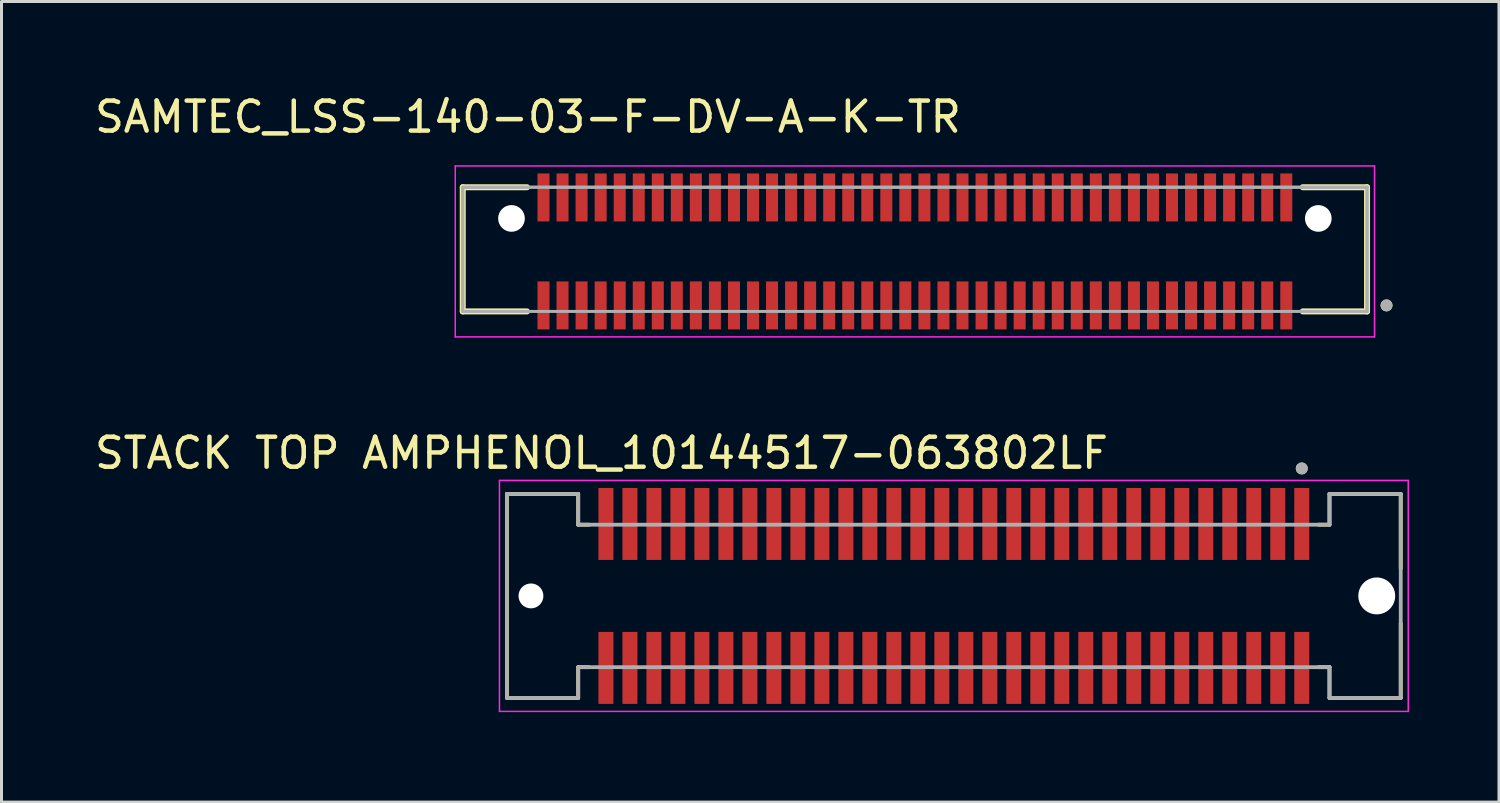
<source format=kicad_pcb>
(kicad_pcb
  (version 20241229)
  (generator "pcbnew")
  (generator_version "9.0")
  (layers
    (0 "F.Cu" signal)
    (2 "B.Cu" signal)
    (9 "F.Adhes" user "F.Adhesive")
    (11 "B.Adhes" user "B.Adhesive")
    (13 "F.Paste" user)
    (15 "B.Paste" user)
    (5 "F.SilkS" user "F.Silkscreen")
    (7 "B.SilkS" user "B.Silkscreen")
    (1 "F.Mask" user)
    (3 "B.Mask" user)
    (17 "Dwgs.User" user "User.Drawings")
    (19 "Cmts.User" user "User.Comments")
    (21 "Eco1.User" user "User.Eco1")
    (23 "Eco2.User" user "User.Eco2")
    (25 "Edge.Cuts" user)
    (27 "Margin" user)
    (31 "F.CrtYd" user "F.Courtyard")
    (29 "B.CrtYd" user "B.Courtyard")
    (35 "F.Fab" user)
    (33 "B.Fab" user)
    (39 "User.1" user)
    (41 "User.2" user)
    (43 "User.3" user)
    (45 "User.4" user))
  (footprint "SAMTEC_LSS-140-03-F-DV-A-K-TR"
    (layer "F.Cu")
    (at 27.454 5.333)
    (property "Reference" "SAMTEC_LSS-140-03-F-DV-A-K-TR" (at -12.9 -4.485 0) (layer "F.SilkS") (effects (font (size 1 1) (thickness 0.15))))
    (attr smd)
    (fp_line (start -15.075 -2.14) (end -12.932 -2.14) (stroke (width 0.2) (type solid)) (layer "F.SilkS"))
    (fp_line (start -15.075 2) (end -15.075 -2.14) (stroke (width 0.2) (type solid)) (layer "F.SilkS"))
    (fp_line (start -12.932 2) (end -15.075 2) (stroke (width 0.2) (type solid)) (layer "F.SilkS"))
    (fp_line (start 12.932 -2.14) (end 15.075 -2.14) (stroke (width 0.2) (type solid)) (layer "F.SilkS"))
    (fp_line (start 12.932 2) (end 15.075 2) (stroke (width 0.2) (type solid)) (layer "F.SilkS"))
    (fp_line (start 15.075 -2.14) (end 15.075 2) (stroke (width 0.2) (type solid)) (layer "F.SilkS"))
    (fp_circle (center 15.725 1.8) (end 15.825 1.8) (stroke (width 0.2) (type solid)) (fill no) (layer "F.SilkS"))
    (fp_line (start -15.325 -2.85) (end 15.325 -2.85) (stroke (width 0.05) (type solid)) (layer "F.CrtYd"))
    (fp_line (start -15.325 2.85) (end -15.325 -2.85) (stroke (width 0.05) (type solid)) (layer "F.CrtYd"))
    (fp_line (start 15.325 -2.85) (end 15.325 2.85) (stroke (width 0.05) (type solid)) (layer "F.CrtYd"))
    (fp_line (start 15.325 2.85) (end -15.325 2.85) (stroke (width 0.05) (type solid)) (layer "F.CrtYd"))
    (fp_line (start -15.075 -2.14) (end 15.075 -2.14) (stroke (width 0.1) (type solid)) (layer "F.Fab"))
    (fp_line (start -15.075 -2.14) (end 15.075 -2.14) (stroke (width 0.1) (type solid)) (layer "F.Fab"))
    (fp_line (start -15.075 2) (end -15.075 -2.14) (stroke (width 0.1) (type solid)) (layer "F.Fab"))
    (fp_line (start -15.075 2) (end -15.075 -2.14) (stroke (width 0.1) (type solid)) (layer "F.Fab"))
    (fp_line (start 15.075 -2.14) (end 15.075 2) (stroke (width 0.1) (type solid)) (layer "F.Fab"))
    (fp_line (start 15.075 -2.14) (end 15.075 2) (stroke (width 0.1) (type solid)) (layer "F.Fab"))
    (fp_line (start 15.075 2) (end -15.075 2) (stroke (width 0.1) (type solid)) (layer "F.Fab"))
    (fp_circle (center 15.725 1.8) (end 15.825 1.8) (stroke (width 0.2) (type solid)) (fill no) (layer "F.Fab"))
    (pad "" np_thru_hole circle (at -13.45 -1.1) (size 0.89 0.89) (drill 0.89) (layers "*.Cu" "*.Mask"))
    (pad "" np_thru_hole circle (at 13.45 -1.1) (size 0.89 0.89) (drill 0.89) (layers "*.Cu" "*.Mask"))
    (pad "01" smd rect (at 12.383 1.8) (size 0.4 1.6) (layers "F.Cu" "F.Mask" "F.Paste"))
    (pad "02" smd rect (at 12.383 -1.8) (size 0.4 1.6) (layers "F.Cu" "F.Mask" "F.Paste"))
    (pad "03" smd rect (at 11.748 1.8) (size 0.4 1.6) (layers "F.Cu" "F.Mask" "F.Paste"))
    (pad "04" smd rect (at 11.748 -1.8) (size 0.4 1.6) (layers "F.Cu" "F.Mask" "F.Paste"))
    (pad "05" smd rect (at 11.113 1.8) (size 0.4 1.6) (layers "F.Cu" "F.Mask" "F.Paste"))
    (pad "06" smd rect (at 11.113 -1.8) (size 0.4 1.6) (layers "F.Cu" "F.Mask" "F.Paste"))
    (pad "07" smd rect (at 10.477 1.8) (size 0.4 1.6) (layers "F.Cu" "F.Mask" "F.Paste"))
    (pad "08" smd rect (at 10.477 -1.8) (size 0.4 1.6) (layers "F.Cu" "F.Mask" "F.Paste"))
    (pad "09" smd rect (at 9.842 1.8) (size 0.4 1.6) (layers "F.Cu" "F.Mask" "F.Paste"))
    (pad "10" smd rect (at 9.842 -1.8) (size 0.4 1.6) (layers "F.Cu" "F.Mask" "F.Paste"))
    (pad "11" smd rect (at 9.207 1.8) (size 0.4 1.6) (layers "F.Cu" "F.Mask" "F.Paste"))
    (pad "12" smd rect (at 9.207 -1.8) (size 0.4 1.6) (layers "F.Cu" "F.Mask" "F.Paste"))
    (pad "13" smd rect (at 8.572 1.8) (size 0.4 1.6) (layers "F.Cu" "F.Mask" "F.Paste"))
    (pad "14" smd rect (at 8.572 -1.8) (size 0.4 1.6) (layers "F.Cu" "F.Mask" "F.Paste"))
    (pad "15" smd rect (at 7.938 1.8) (size 0.4 1.6) (layers "F.Cu" "F.Mask" "F.Paste"))
    (pad "16" smd rect (at 7.938 -1.8) (size 0.4 1.6) (layers "F.Cu" "F.Mask" "F.Paste"))
    (pad "17" smd rect (at 7.303 1.8) (size 0.4 1.6) (layers "F.Cu" "F.Mask" "F.Paste"))
    (pad "18" smd rect (at 7.303 -1.8) (size 0.4 1.6) (layers "F.Cu" "F.Mask" "F.Paste"))
    (pad "19" smd rect (at 6.668 1.8) (size 0.4 1.6) (layers "F.Cu" "F.Mask" "F.Paste"))
    (pad "20" smd rect (at 6.668 -1.8) (size 0.4 1.6) (layers "F.Cu" "F.Mask" "F.Paste"))
    (pad "21" smd rect (at 6.032 1.8) (size 0.4 1.6) (layers "F.Cu" "F.Mask" "F.Paste"))
    (pad "22" smd rect (at 6.032 -1.8) (size 0.4 1.6) (layers "F.Cu" "F.Mask" "F.Paste"))
    (pad "23" smd rect (at 5.397 1.8) (size 0.4 1.6) (layers "F.Cu" "F.Mask" "F.Paste"))
    (pad "24" smd rect (at 5.397 -1.8) (size 0.4 1.6) (layers "F.Cu" "F.Mask" "F.Paste"))
    (pad "25" smd rect (at 4.763 1.8) (size 0.4 1.6) (layers "F.Cu" "F.Mask" "F.Paste"))
    (pad "26" smd rect (at 4.763 -1.8) (size 0.4 1.6) (layers "F.Cu" "F.Mask" "F.Paste"))
    (pad "27" smd rect (at 4.128 1.8) (size 0.4 1.6) (layers "F.Cu" "F.Mask" "F.Paste"))
    (pad "28" smd rect (at 4.128 -1.8) (size 0.4 1.6) (layers "F.Cu" "F.Mask" "F.Paste"))
    (pad "29" smd rect (at 3.493 1.8) (size 0.4 1.6) (layers "F.Cu" "F.Mask" "F.Paste"))
    (pad "30" smd rect (at 3.493 -1.8) (size 0.4 1.6) (layers "F.Cu" "F.Mask" "F.Paste"))
    (pad "31" smd rect (at 2.857 1.8) (size 0.4 1.6) (layers "F.Cu" "F.Mask" "F.Paste"))
    (pad "32" smd rect (at 2.857 -1.8) (size 0.4 1.6) (layers "F.Cu" "F.Mask" "F.Paste"))
    (pad "33" smd rect (at 2.223 1.8) (size 0.4 1.6) (layers "F.Cu" "F.Mask" "F.Paste"))
    (pad "34" smd rect (at 2.223 -1.8) (size 0.4 1.6) (layers "F.Cu" "F.Mask" "F.Paste"))
    (pad "35" smd rect (at 1.587 1.8) (size 0.4 1.6) (layers "F.Cu" "F.Mask" "F.Paste"))
    (pad "36" smd rect (at 1.587 -1.8) (size 0.4 1.6) (layers "F.Cu" "F.Mask" "F.Paste"))
    (pad "37" smd rect (at 0.953 1.8) (size 0.4 1.6) (layers "F.Cu" "F.Mask" "F.Paste"))
    (pad "38" smd rect (at 0.953 -1.8) (size 0.4 1.6) (layers "F.Cu" "F.Mask" "F.Paste"))
    (pad "39" smd rect (at 0.318 1.8) (size 0.4 1.6) (layers "F.Cu" "F.Mask" "F.Paste"))
    (pad "40" smd rect (at 0.318 -1.8) (size 0.4 1.6) (layers "F.Cu" "F.Mask" "F.Paste"))
    (pad "41" smd rect (at -0.318 1.8) (size 0.4 1.6) (layers "F.Cu" "F.Mask" "F.Paste"))
    (pad "42" smd rect (at -0.318 -1.8) (size 0.4 1.6) (layers "F.Cu" "F.Mask" "F.Paste"))
    (pad "43" smd rect (at -0.953 1.8) (size 0.4 1.6) (layers "F.Cu" "F.Mask" "F.Paste"))
    (pad "44" smd rect (at -0.953 -1.8) (size 0.4 1.6) (layers "F.Cu" "F.Mask" "F.Paste"))
    (pad "45" smd rect (at -1.587 1.8) (size 0.4 1.6) (layers "F.Cu" "F.Mask" "F.Paste"))
    (pad "46" smd rect (at -1.587 -1.8) (size 0.4 1.6) (layers "F.Cu" "F.Mask" "F.Paste"))
    (pad "47" smd rect (at -2.223 1.8) (size 0.4 1.6) (layers "F.Cu" "F.Mask" "F.Paste"))
    (pad "48" smd rect (at -2.223 -1.8) (size 0.4 1.6) (layers "F.Cu" "F.Mask" "F.Paste"))
    (pad "49" smd rect (at -2.857 1.8) (size 0.4 1.6) (layers "F.Cu" "F.Mask" "F.Paste"))
    (pad "50" smd rect (at -2.857 -1.8) (size 0.4 1.6) (layers "F.Cu" "F.Mask" "F.Paste"))
    (pad "51" smd rect (at -3.493 1.8) (size 0.4 1.6) (layers "F.Cu" "F.Mask" "F.Paste"))
    (pad "52" smd rect (at -3.493 -1.8) (size 0.4 1.6) (layers "F.Cu" "F.Mask" "F.Paste"))
    (pad "53" smd rect (at -4.128 1.8) (size 0.4 1.6) (layers "F.Cu" "F.Mask" "F.Paste"))
    (pad "54" smd rect (at -4.128 -1.8) (size 0.4 1.6) (layers "F.Cu" "F.Mask" "F.Paste"))
    (pad "55" smd rect (at -4.763 1.8) (size 0.4 1.6) (layers "F.Cu" "F.Mask" "F.Paste"))
    (pad "56" smd rect (at -4.763 -1.8) (size 0.4 1.6) (layers "F.Cu" "F.Mask" "F.Paste"))
    (pad "57" smd rect (at -5.397 1.8) (size 0.4 1.6) (layers "F.Cu" "F.Mask" "F.Paste"))
    (pad "58" smd rect (at -5.397 -1.8) (size 0.4 1.6) (layers "F.Cu" "F.Mask" "F.Paste"))
    (pad "59" smd rect (at -6.032 1.8) (size 0.4 1.6) (layers "F.Cu" "F.Mask" "F.Paste"))
    (pad "60" smd rect (at -6.032 -1.8) (size 0.4 1.6) (layers "F.Cu" "F.Mask" "F.Paste"))
    (pad "61" smd rect (at -6.668 1.8) (size 0.4 1.6) (layers "F.Cu" "F.Mask" "F.Paste"))
    (pad "62" smd rect (at -6.668 -1.8) (size 0.4 1.6) (layers "F.Cu" "F.Mask" "F.Paste"))
    (pad "63" smd rect (at -7.303 1.8) (size 0.4 1.6) (layers "F.Cu" "F.Mask" "F.Paste"))
    (pad "64" smd rect (at -7.303 -1.8) (size 0.4 1.6) (layers "F.Cu" "F.Mask" "F.Paste"))
    (pad "65" smd rect (at -7.938 1.8) (size 0.4 1.6) (layers "F.Cu" "F.Mask" "F.Paste"))
    (pad "66" smd rect (at -7.938 -1.8) (size 0.4 1.6) (layers "F.Cu" "F.Mask" "F.Paste"))
    (pad "67" smd rect (at -8.572 1.8) (size 0.4 1.6) (layers "F.Cu" "F.Mask" "F.Paste"))
    (pad "68" smd rect (at -8.572 -1.8) (size 0.4 1.6) (layers "F.Cu" "F.Mask" "F.Paste"))
    (pad "69" smd rect (at -9.207 1.8) (size 0.4 1.6) (layers "F.Cu" "F.Mask" "F.Paste"))
    (pad "70" smd rect (at -9.207 -1.8) (size 0.4 1.6) (layers "F.Cu" "F.Mask" "F.Paste"))
    (pad "71" smd rect (at -9.842 1.8) (size 0.4 1.6) (layers "F.Cu" "F.Mask" "F.Paste"))
    (pad "72" smd rect (at -9.842 -1.8) (size 0.4 1.6) (layers "F.Cu" "F.Mask" "F.Paste"))
    (pad "73" smd rect (at -10.477 1.8) (size 0.4 1.6) (layers "F.Cu" "F.Mask" "F.Paste"))
    (pad "74" smd rect (at -10.477 -1.8) (size 0.4 1.6) (layers "F.Cu" "F.Mask" "F.Paste"))
    (pad "75" smd rect (at -11.113 1.8) (size 0.4 1.6) (layers "F.Cu" "F.Mask" "F.Paste"))
    (pad "76" smd rect (at -11.113 -1.8) (size 0.4 1.6) (layers "F.Cu" "F.Mask" "F.Paste"))
    (pad "77" smd rect (at -11.748 1.8) (size 0.4 1.6) (layers "F.Cu" "F.Mask" "F.Paste"))
    (pad "78" smd rect (at -11.748 -1.8) (size 0.4 1.6) (layers "F.Cu" "F.Mask" "F.Paste"))
    (pad "79" smd rect (at -12.383 1.8) (size 0.4 1.6) (layers "F.Cu" "F.Mask" "F.Paste"))
    (pad "80" smd rect (at -12.383 -1.8) (size 0.4 1.6) (layers "F.Cu" "F.Mask" "F.Paste")))
  (footprint "STACK TOP AMPHENOL_10144517-063802LF"
    (layer "F.Cu")
    (at 28.753 16.819)
    (property "Reference" "STACK TOP AMPHENOL_10144517-063802LF" (at -11.748 -4.763 0) (layer "F.SilkS") (effects (font (size 1 1) (thickness 0.15))))
    (attr smd)
    (fp_line (start -14.9 -3.4) (end -12.525 -3.4) (stroke (width 0.127) (type solid)) (layer "F.SilkS"))
    (fp_line (start -14.9 3.4) (end -14.9 -3.4) (stroke (width 0.127) (type solid)) (layer "F.SilkS"))
    (fp_line (start -12.525 -3.4) (end -12.525 -2.375) (stroke (width 0.127) (type solid)) (layer "F.SilkS"))
    (fp_line (start -12.525 -2.375) (end -12.165 -2.375) (stroke (width 0.127) (type solid)) (layer "F.SilkS"))
    (fp_line (start -12.525 2.375) (end -12.165 2.375) (stroke (width 0.127) (type solid)) (layer "F.SilkS"))
    (fp_line (start -12.525 3.4) (end -14.9 3.4) (stroke (width 0.127) (type solid)) (layer "F.SilkS"))
    (fp_line (start -12.525 3.4) (end -12.525 2.375) (stroke (width 0.127) (type solid)) (layer "F.SilkS"))
    (fp_line (start 12.165 -2.375) (end 12.525 -2.375) (stroke (width 0.127) (type solid)) (layer "F.SilkS"))
    (fp_line (start 12.165 2.375) (end 12.525 2.375) (stroke (width 0.127) (type solid)) (layer "F.SilkS"))
    (fp_line (start 12.525 -3.4) (end 14.9 -3.4) (stroke (width 0.127) (type solid)) (layer "F.SilkS"))
    (fp_line (start 12.525 -2.375) (end 12.525 -3.4) (stroke (width 0.127) (type solid)) (layer "F.SilkS"))
    (fp_line (start 12.525 2.375) (end 12.525 3.4) (stroke (width 0.127) (type solid)) (layer "F.SilkS"))
    (fp_line (start 14.9 -3.4) (end 14.9 -0.92) (stroke (width 0.127) (type solid)) (layer "F.SilkS"))
    (fp_line (start 14.9 3.4) (end 12.525 3.4) (stroke (width 0.127) (type solid)) (layer "F.SilkS"))
    (fp_line (start 14.9 3.4) (end 14.9 0.92) (stroke (width 0.127) (type solid)) (layer "F.SilkS"))
    (fp_circle (center 11.6 -4.25) (end 11.7 -4.25) (stroke (width 0.2) (type solid)) (fill no) (layer "F.SilkS"))
    (fp_line (start -15.15 -3.85) (end -15.15 3.85) (stroke (width 0.05) (type solid)) (layer "F.CrtYd"))
    (fp_line (start -15.15 3.85) (end 15.15 3.85) (stroke (width 0.05) (type solid)) (layer "F.CrtYd"))
    (fp_line (start 15.15 -3.85) (end -15.15 -3.85) (stroke (width 0.05) (type solid)) (layer "F.CrtYd"))
    (fp_line (start 15.15 3.85) (end 15.15 -3.85) (stroke (width 0.05) (type solid)) (layer "F.CrtYd"))
    (fp_line (start -14.9 -3.4) (end -12.525 -3.4) (stroke (width 0.127) (type solid)) (layer "F.Fab"))
    (fp_line (start -14.9 3.4) (end -14.9 -3.4) (stroke (width 0.127) (type solid)) (layer "F.Fab"))
    (fp_line (start -12.525 -3.4) (end -12.525 -2.375) (stroke (width 0.127) (type solid)) (layer "F.Fab"))
    (fp_line (start -12.525 -2.375) (end 12.525 -2.375) (stroke (width 0.127) (type solid)) (layer "F.Fab"))
    (fp_line (start -12.525 2.375) (end 12.525 2.375) (stroke (width 0.127) (type solid)) (layer "F.Fab"))
    (fp_line (start -12.525 3.4) (end -14.9 3.4) (stroke (width 0.127) (type solid)) (layer "F.Fab"))
    (fp_line (start -12.525 3.4) (end -12.525 2.375) (stroke (width 0.127) (type solid)) (layer "F.Fab"))
    (fp_line (start 12.525 -3.4) (end 14.9 -3.4) (stroke (width 0.127) (type solid)) (layer "F.Fab"))
    (fp_line (start 12.525 -2.375) (end 12.525 -3.4) (stroke (width 0.127) (type solid)) (layer "F.Fab"))
    (fp_line (start 12.525 2.375) (end 12.525 3.4) (stroke (width 0.127) (type solid)) (layer "F.Fab"))
    (fp_line (start 14.9 -3.4) (end 14.9 3.4) (stroke (width 0.127) (type solid)) (layer "F.Fab"))
    (fp_line (start 14.9 3.4) (end 12.525 3.4) (stroke (width 0.127) (type solid)) (layer "F.Fab"))
    (fp_circle (center 11.6 -4.25) (end 11.7 -4.25) (stroke (width 0.2) (type solid)) (fill no) (layer "F.Fab"))
    (pad "" np_thru_hole circle (at -14.1 0) (size 0.83 0.83) (drill 0.83) (layers "*.Cu" "*.Mask"))
    (pad "" np_thru_hole circle (at 14.1 0) (size 1.23 1.23) (drill 1.23) (layers "*.Cu" "*.Mask"))
    (pad "1" smd rect (at 11.6 -2.4) (size 0.5 2.4) (layers "F.Cu" "F.Mask" "F.Paste"))
    (pad "2" smd rect (at 11.6 2.4) (size 0.5 2.4) (layers "F.Cu" "F.Mask" "F.Paste"))
    (pad "3" smd rect (at 10.8 -2.4) (size 0.5 2.4) (layers "F.Cu" "F.Mask" "F.Paste"))
    (pad "4" smd rect (at 10.8 2.4) (size 0.5 2.4) (layers "F.Cu" "F.Mask" "F.Paste"))
    (pad "5" smd rect (at 10 -2.4) (size 0.5 2.4) (layers "F.Cu" "F.Mask" "F.Paste"))
    (pad "6" smd rect (at 10 2.4) (size 0.5 2.4) (layers "F.Cu" "F.Mask" "F.Paste"))
    (pad "7" smd rect (at 9.2 -2.4) (size 0.5 2.4) (layers "F.Cu" "F.Mask" "F.Paste"))
    (pad "8" smd rect (at 9.2 2.4) (size 0.5 2.4) (layers "F.Cu" "F.Mask" "F.Paste"))
    (pad "9" smd rect (at 8.4 -2.4) (size 0.5 2.4) (layers "F.Cu" "F.Mask" "F.Paste"))
    (pad "10" smd rect (at 8.4 2.4) (size 0.5 2.4) (layers "F.Cu" "F.Mask" "F.Paste"))
    (pad "11" smd rect (at 7.6 -2.4) (size 0.5 2.4) (layers "F.Cu" "F.Mask" "F.Paste"))
    (pad "12" smd rect (at 7.6 2.4) (size 0.5 2.4) (layers "F.Cu" "F.Mask" "F.Paste"))
    (pad "13" smd rect (at 6.8 -2.4) (size 0.5 2.4) (layers "F.Cu" "F.Mask" "F.Paste"))
    (pad "14" smd rect (at 6.8 2.4) (size 0.5 2.4) (layers "F.Cu" "F.Mask" "F.Paste"))
    (pad "15" smd rect (at 6 -2.4) (size 0.5 2.4) (layers "F.Cu" "F.Mask" "F.Paste"))
    (pad "16" smd rect (at 6 2.4) (size 0.5 2.4) (layers "F.Cu" "F.Mask" "F.Paste"))
    (pad "17" smd rect (at 5.2 -2.4) (size 0.5 2.4) (layers "F.Cu" "F.Mask" "F.Paste"))
    (pad "18" smd rect (at 5.2 2.4) (size 0.5 2.4) (layers "F.Cu" "F.Mask" "F.Paste"))
    (pad "19" smd rect (at 4.4 -2.4) (size 0.5 2.4) (layers "F.Cu" "F.Mask" "F.Paste"))
    (pad "20" smd rect (at 4.4 2.4) (size 0.5 2.4) (layers "F.Cu" "F.Mask" "F.Paste"))
    (pad "21" smd rect (at 3.6 -2.4) (size 0.5 2.4) (layers "F.Cu" "F.Mask" "F.Paste"))
    (pad "22" smd rect (at 3.6 2.4) (size 0.5 2.4) (layers "F.Cu" "F.Mask" "F.Paste"))
    (pad "23" smd rect (at 2.8 -2.4) (size 0.5 2.4) (layers "F.Cu" "F.Mask" "F.Paste"))
    (pad "24" smd rect (at 2.8 2.4) (size 0.5 2.4) (layers "F.Cu" "F.Mask" "F.Paste"))
    (pad "25" smd rect (at 2 -2.4) (size 0.5 2.4) (layers "F.Cu" "F.Mask" "F.Paste"))
    (pad "26" smd rect (at 2 2.4) (size 0.5 2.4) (layers "F.Cu" "F.Mask" "F.Paste"))
    (pad "27" smd rect (at 1.2 -2.4) (size 0.5 2.4) (layers "F.Cu" "F.Mask" "F.Paste"))
    (pad "28" smd rect (at 1.2 2.4) (size 0.5 2.4) (layers "F.Cu" "F.Mask" "F.Paste"))
    (pad "29" smd rect (at 0.4 -2.4) (size 0.5 2.4) (layers "F.Cu" "F.Mask" "F.Paste"))
    (pad "30" smd rect (at 0.4 2.4) (size 0.5 2.4) (layers "F.Cu" "F.Mask" "F.Paste"))
    (pad "31" smd rect (at -0.4 -2.4) (size 0.5 2.4) (layers "F.Cu" "F.Mask" "F.Paste"))
    (pad "32" smd rect (at -0.4 2.4) (size 0.5 2.4) (layers "F.Cu" "F.Mask" "F.Paste"))
    (pad "33" smd rect (at -1.2 -2.4) (size 0.5 2.4) (layers "F.Cu" "F.Mask" "F.Paste"))
    (pad "34" smd rect (at -1.2 2.4) (size 0.5 2.4) (layers "F.Cu" "F.Mask" "F.Paste"))
    (pad "35" smd rect (at -2 -2.4) (size 0.5 2.4) (layers "F.Cu" "F.Mask" "F.Paste"))
    (pad "36" smd rect (at -2 2.4) (size 0.5 2.4) (layers "F.Cu" "F.Mask" "F.Paste"))
    (pad "37" smd rect (at -2.8 -2.4) (size 0.5 2.4) (layers "F.Cu" "F.Mask" "F.Paste"))
    (pad "38" smd rect (at -2.8 2.4) (size 0.5 2.4) (layers "F.Cu" "F.Mask" "F.Paste"))
    (pad "39" smd rect (at -3.6 -2.4) (size 0.5 2.4) (layers "F.Cu" "F.Mask" "F.Paste"))
    (pad "40" smd rect (at -3.6 2.4) (size 0.5 2.4) (layers "F.Cu" "F.Mask" "F.Paste"))
    (pad "41" smd rect (at -4.4 -2.4) (size 0.5 2.4) (layers "F.Cu" "F.Mask" "F.Paste"))
    (pad "42" smd rect (at -4.4 2.4) (size 0.5 2.4) (layers "F.Cu" "F.Mask" "F.Paste"))
    (pad "43" smd rect (at -5.2 -2.4) (size 0.5 2.4) (layers "F.Cu" "F.Mask" "F.Paste"))
    (pad "44" smd rect (at -5.2 2.4) (size 0.5 2.4) (layers "F.Cu" "F.Mask" "F.Paste"))
    (pad "45" smd rect (at -6 -2.4) (size 0.5 2.4) (layers "F.Cu" "F.Mask" "F.Paste"))
    (pad "46" smd rect (at -6 2.4) (size 0.5 2.4) (layers "F.Cu" "F.Mask" "F.Paste"))
    (pad "47" smd rect (at -6.8 -2.4) (size 0.5 2.4) (layers "F.Cu" "F.Mask" "F.Paste"))
    (pad "48" smd rect (at -6.8 2.4) (size 0.5 2.4) (layers "F.Cu" "F.Mask" "F.Paste"))
    (pad "49" smd rect (at -7.6 -2.4) (size 0.5 2.4) (layers "F.Cu" "F.Mask" "F.Paste"))
    (pad "50" smd rect (at -7.6 2.4) (size 0.5 2.4) (layers "F.Cu" "F.Mask" "F.Paste"))
    (pad "51" smd rect (at -8.4 -2.4) (size 0.5 2.4) (layers "F.Cu" "F.Mask" "F.Paste"))
    (pad "52" smd rect (at -8.4 2.4) (size 0.5 2.4) (layers "F.Cu" "F.Mask" "F.Paste"))
    (pad "53" smd rect (at -9.2 -2.4) (size 0.5 2.4) (layers "F.Cu" "F.Mask" "F.Paste"))
    (pad "54" smd rect (at -9.2 2.4) (size 0.5 2.4) (layers "F.Cu" "F.Mask" "F.Paste"))
    (pad "55" smd rect (at -10 -2.4) (size 0.5 2.4) (layers "F.Cu" "F.Mask" "F.Paste"))
    (pad "56" smd rect (at -10 2.4) (size 0.5 2.4) (layers "F.Cu" "F.Mask" "F.Paste"))
    (pad "57" smd rect (at -10.8 -2.4) (size 0.5 2.4) (layers "F.Cu" "F.Mask" "F.Paste"))
    (pad "58" smd rect (at -10.8 2.4) (size 0.5 2.4) (layers "F.Cu" "F.Mask" "F.Paste"))
    (pad "59" smd rect (at -11.6 -2.4) (size 0.5 2.4) (layers "F.Cu" "F.Mask" "F.Paste"))
    (pad "60" smd rect (at -11.6 2.4) (size 0.5 2.4) (layers "F.Cu" "F.Mask" "F.Paste")))
  (gr_rect
    (start -3 -3)
    (end 46.928 23.694)
    (stroke (width 0.1) (type default))
    (fill no)
    (layer "Edge.Cuts")))
</source>
